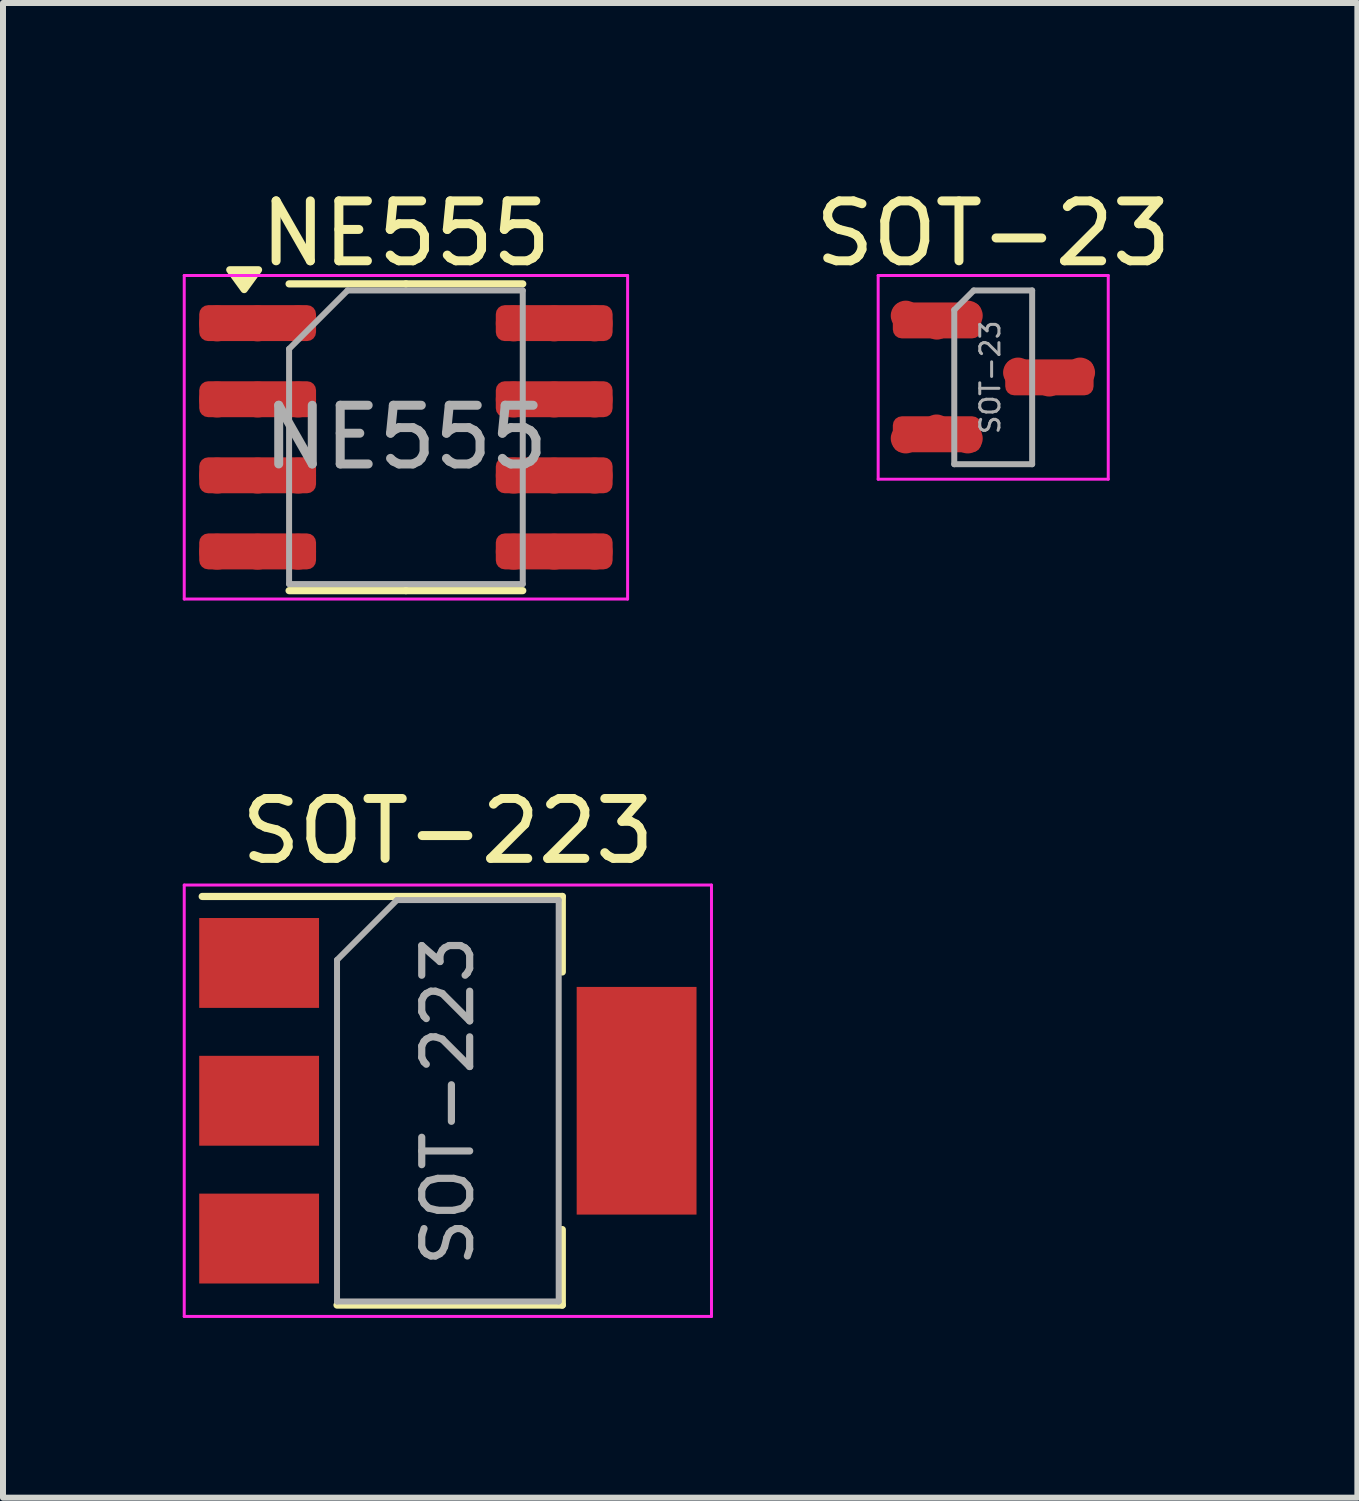
<source format=kicad_pcb>
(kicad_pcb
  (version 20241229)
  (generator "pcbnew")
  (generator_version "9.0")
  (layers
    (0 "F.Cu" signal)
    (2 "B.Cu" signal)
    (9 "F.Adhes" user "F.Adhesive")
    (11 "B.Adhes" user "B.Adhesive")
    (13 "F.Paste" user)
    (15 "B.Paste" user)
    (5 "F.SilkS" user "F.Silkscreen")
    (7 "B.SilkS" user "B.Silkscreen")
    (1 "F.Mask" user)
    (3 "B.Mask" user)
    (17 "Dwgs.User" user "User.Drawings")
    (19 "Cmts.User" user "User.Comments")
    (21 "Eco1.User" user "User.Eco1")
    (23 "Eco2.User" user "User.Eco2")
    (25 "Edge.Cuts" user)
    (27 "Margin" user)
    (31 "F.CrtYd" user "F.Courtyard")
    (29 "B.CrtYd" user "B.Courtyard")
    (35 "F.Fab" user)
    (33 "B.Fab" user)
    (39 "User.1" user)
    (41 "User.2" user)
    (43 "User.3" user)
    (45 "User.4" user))
  (footprint "SOT-223"
    (layer "F.Cu")
    (at 4.425 15.322)
    (property "Reference" "SOT-223" (at 0 -4.5 0) (layer "F.SilkS") (effects (font (size 1 1) (thickness 0.15))))
    (attr smd)
    (fp_line (start -4.1 -3.41) (end 1.91 -3.41) (stroke (width 0.12) (type solid)) (layer "F.SilkS"))
    (fp_line (start -1.85 3.41) (end 1.91 3.41) (stroke (width 0.12) (type solid)) (layer "F.SilkS"))
    (fp_line (start 1.91 -3.41) (end 1.91 -2.15) (stroke (width 0.12) (type solid)) (layer "F.SilkS"))
    (fp_line (start 1.91 3.41) (end 1.91 2.15) (stroke (width 0.12) (type solid)) (layer "F.SilkS"))
    (fp_line (start -4.4 -3.6) (end -4.4 3.6) (stroke (width 0.05) (type solid)) (layer "F.CrtYd"))
    (fp_line (start -4.4 3.6) (end 4.4 3.6) (stroke (width 0.05) (type solid)) (layer "F.CrtYd"))
    (fp_line (start 4.4 -3.6) (end -4.4 -3.6) (stroke (width 0.05) (type solid)) (layer "F.CrtYd"))
    (fp_line (start 4.4 3.6) (end 4.4 -3.6) (stroke (width 0.05) (type solid)) (layer "F.CrtYd"))
    (fp_line (start -1.85 -2.35) (end -1.85 3.35) (stroke (width 0.1) (type solid)) (layer "F.Fab"))
    (fp_line (start -1.85 -2.35) (end -0.85 -3.35) (stroke (width 0.1) (type solid)) (layer "F.Fab"))
    (fp_line (start -1.85 3.35) (end 1.85 3.35) (stroke (width 0.1) (type solid)) (layer "F.Fab"))
    (fp_line (start -0.85 -3.35) (end 1.85 -3.35) (stroke (width 0.1) (type solid)) (layer "F.Fab"))
    (fp_line (start 1.85 -3.35) (end 1.85 3.35) (stroke (width 0.1) (type solid)) (layer "F.Fab"))
    (fp_text user "${REFERENCE}" (at 0 0 90) (layer "F.Fab") (effects (font (size 0.8 0.8) (thickness 0.12))))
    (pad "1" smd rect (at -3.15 -2.3) (size 2 1.5) (layers "F.Cu" "F.Mask" "F.Paste"))
    (pad "2" smd rect (at -3.15 0) (size 2 1.5) (layers "F.Cu" "F.Mask" "F.Paste"))
    (pad "2" smd rect (at 3.15 0) (size 2 3.8) (layers "F.Cu" "F.Mask" "F.Paste"))
    (pad "3" smd rect (at -3.15 2.3) (size 2 1.5) (layers "F.Cu" "F.Mask" "F.Paste")))
  (footprint "SOT-23"
    (layer "F.Cu")
    (at 13.527 3.248)
    (property "Reference" "SOT-23" (at 0 -2.4 0) (layer "F.SilkS") (effects (font (size 1 1) (thickness 0.15))))
    (attr smd)
    (fp_line (start -1.92 -1.7) (end -1.92 1.7) (stroke (width 0.05) (type solid)) (layer "F.CrtYd"))
    (fp_line (start -1.92 1.7) (end 1.92 1.7) (stroke (width 0.05) (type solid)) (layer "F.CrtYd"))
    (fp_line (start 1.92 -1.7) (end -1.92 -1.7) (stroke (width 0.05) (type solid)) (layer "F.CrtYd"))
    (fp_line (start 1.92 1.7) (end 1.92 -1.7) (stroke (width 0.05) (type solid)) (layer "F.CrtYd"))
    (fp_line (start -0.65 -1.125) (end -0.325 -1.45) (stroke (width 0.1) (type solid)) (layer "F.Fab"))
    (fp_line (start -0.65 1.45) (end -0.65 -1.125) (stroke (width 0.1) (type solid)) (layer "F.Fab"))
    (fp_line (start -0.325 -1.45) (end 0.65 -1.45) (stroke (width 0.1) (type solid)) (layer "F.Fab"))
    (fp_line (start 0.65 -1.45) (end 0.65 1.45) (stroke (width 0.1) (type solid)) (layer "F.Fab"))
    (fp_line (start 0.65 1.45) (end -0.65 1.45) (stroke (width 0.1) (type solid)) (layer "F.Fab"))
    (fp_text user "${REFERENCE}" (at -0.05 0 90) (layer "F.Fab") (effects (font (size 0.32 0.32) (thickness 0.05))))
    (pad "1" smd roundrect (at -0.938 -0.95) (size 1.475 0.6) (layers "F.Cu" "F.Mask" "F.Paste") (roundrect_rratio 0.25))
    (pad "2" smd roundrect (at -0.938 0.95) (size 1.475 0.6) (layers "F.Cu" "F.Mask" "F.Paste") (roundrect_rratio 0.25))
    (pad "3" smd roundrect (at 0.938 0) (size 1.475 0.6) (layers "F.Cu" "F.Mask" "F.Paste") (roundrect_rratio 0.25))
    (pad "N" smd circle (at -1.46 -1.03) (size 0.5 0.5) (layers "F.Cu" "Eco2.User"))
    (pad "N" smd circle (at -1.46 1.02 180) (size 0.5 0.5) (layers "F.Cu" "Eco2.User"))
    (pad "N" smd circle (at -0.945 0.87 180) (size 0.5 0.5) (layers "F.Cu" "Eco2.User"))
    (pad "N" smd circle (at -0.94 -0.88) (size 0.5 0.5) (layers "F.Cu" "Eco2.User"))
    (pad "N" smd circle (at -0.425 -1.03) (size 0.5 0.5) (layers "F.Cu" "Eco2.User"))
    (pad "N" smd circle (at -0.425 1.02 180) (size 0.5 0.5) (layers "F.Cu" "Eco2.User"))
    (pad "N" smd circle (at 0.415 -0.08) (size 0.5 0.5) (layers "F.Cu" "Eco2.User"))
    (pad "N" smd circle (at 0.935 0.07) (size 0.5 0.5) (layers "F.Cu" "Eco2.User"))
    (pad "N" smd circle (at 1.45 -0.08) (size 0.5 0.5) (layers "F.Cu" "Eco2.User")))
  (footprint "NE555"
    (layer "F.Cu")
    (at 3.725 4.248)
    (property "Reference" "NE555" (at 0 -3.4 0) (layer "F.SilkS") (effects (font (size 1 1) (thickness 0.15))))
    (attr smd)
    (fp_line (start 0 -2.56) (end -1.95 -2.56) (stroke (width 0.12) (type solid)) (layer "F.SilkS"))
    (fp_line (start 0 -2.56) (end 1.95 -2.56) (stroke (width 0.12) (type solid)) (layer "F.SilkS"))
    (fp_line (start 0 2.56) (end -1.95 2.56) (stroke (width 0.12) (type solid)) (layer "F.SilkS"))
    (fp_line (start 0 2.56) (end 1.95 2.56) (stroke (width 0.12) (type solid)) (layer "F.SilkS"))
    (fp_poly (pts (xy -2.7 -2.465) (xy -2.94 -2.795) (xy -2.46 -2.795) (xy -2.7 -2.465)) (stroke (width 0.12) (type solid)) (fill yes) (layer "F.SilkS"))
    (fp_line (start -3.7 -2.7) (end -3.7 2.7) (stroke (width 0.05) (type solid)) (layer "F.CrtYd"))
    (fp_line (start -3.7 2.7) (end 3.7 2.7) (stroke (width 0.05) (type solid)) (layer "F.CrtYd"))
    (fp_line (start 3.7 -2.7) (end -3.7 -2.7) (stroke (width 0.05) (type solid)) (layer "F.CrtYd"))
    (fp_line (start 3.7 2.7) (end 3.7 -2.7) (stroke (width 0.05) (type solid)) (layer "F.CrtYd"))
    (fp_line (start -1.95 -1.475) (end -0.975 -2.45) (stroke (width 0.1) (type solid)) (layer "F.Fab"))
    (fp_line (start -1.95 2.45) (end -1.95 -1.475) (stroke (width 0.1) (type solid)) (layer "F.Fab"))
    (fp_line (start -0.975 -2.45) (end 1.95 -2.45) (stroke (width 0.1) (type solid)) (layer "F.Fab"))
    (fp_line (start 1.95 -2.45) (end 1.95 2.45) (stroke (width 0.1) (type solid)) (layer "F.Fab"))
    (fp_line (start 1.95 2.45) (end -1.95 2.45) (stroke (width 0.1) (type solid)) (layer "F.Fab"))
    (fp_text user "${REFERENCE}" (at 0 0 0) (layer "F.Fab") (effects (font (size 0.98 0.98) (thickness 0.15))))
    (pad "1" smd roundrect (at -2.475 -1.905) (size 1.95 0.6) (layers "F.Cu" "F.Mask" "F.Paste") (roundrect_rratio 0.25))
    (pad "2" smd roundrect (at -2.475 -0.635) (size 1.95 0.6) (layers "F.Cu" "F.Mask" "F.Paste") (roundrect_rratio 0.25))
    (pad "3" smd roundrect (at -2.475 0.635) (size 1.95 0.6) (layers "F.Cu" "F.Mask" "F.Paste") (roundrect_rratio 0.25))
    (pad "4" smd roundrect (at -2.475 1.905) (size 1.95 0.6) (layers "F.Cu" "F.Mask" "F.Paste") (roundrect_rratio 0.25))
    (pad "5" smd roundrect (at 2.475 1.905) (size 1.95 0.6) (layers "F.Cu" "F.Mask" "F.Paste") (roundrect_rratio 0.25))
    (pad "6" smd roundrect (at 2.475 0.635) (size 1.95 0.6) (layers "F.Cu" "F.Mask" "F.Paste") (roundrect_rratio 0.25))
    (pad "7" smd roundrect (at 2.475 -0.635) (size 1.95 0.6) (layers "F.Cu" "F.Mask" "F.Paste") (roundrect_rratio 0.25))
    (pad "8" smd roundrect (at 2.475 -1.905) (size 1.95 0.6) (layers "F.Cu" "F.Mask" "F.Paste") (roundrect_rratio 0.25))
    (pad "N" smd circle (at -3.15 -1.9) (size 0.6 0.6) (layers "F.Cu" "Eco2.User"))
    (pad "N" smd circle (at -3.15 -0.63) (size 0.6 0.6) (layers "F.Cu" "Eco2.User"))
    (pad "N" smd circle (at -3.15 0.64) (size 0.6 0.6) (layers "F.Cu" "Eco2.User"))
    (pad "N" smd circle (at -3.15 1.91) (size 0.6 0.6) (layers "F.Cu" "Eco2.User"))
    (pad "N" smd circle (at -2.475 -1.9) (size 0.6 0.6) (layers "F.Cu" "Eco2.User"))
    (pad "N" smd circle (at -2.475 -0.63) (size 0.6 0.6) (layers "F.Cu" "Eco2.User"))
    (pad "N" smd circle (at -2.475 0.64) (size 0.6 0.6) (layers "F.Cu" "Eco2.User"))
    (pad "N" smd circle (at -2.475 1.91) (size 0.6 0.6) (layers "F.Cu" "Eco2.User"))
    (pad "N" smd circle (at -1.8 -1.9) (size 0.6 0.6) (layers "F.Cu" "Eco2.User"))
    (pad "N" smd circle (at -1.8 -0.63) (size 0.6 0.6) (layers "F.Cu" "Eco2.User"))
    (pad "N" smd circle (at -1.8 0.64) (size 0.6 0.6) (layers "F.Cu" "Eco2.User"))
    (pad "N" smd circle (at -1.8 1.91) (size 0.6 0.6) (layers "F.Cu" "Eco2.User"))
    (pad "N" smd circle (at 1.8 -1.9) (size 0.6 0.6) (layers "F.Cu" "Eco2.User"))
    (pad "N" smd circle (at 1.8 -0.63) (size 0.6 0.6) (layers "F.Cu" "Eco2.User"))
    (pad "N" smd circle (at 1.8 0.64) (size 0.6 0.6) (layers "F.Cu" "Eco2.User"))
    (pad "N" smd circle (at 1.8 1.91) (size 0.6 0.6) (layers "F.Cu" "Eco2.User"))
    (pad "N" smd circle (at 2.475 -1.9) (size 0.6 0.6) (layers "F.Cu" "Eco2.User"))
    (pad "N" smd circle (at 2.475 -0.63) (size 0.6 0.6) (layers "F.Cu" "Eco2.User"))
    (pad "N" smd circle (at 2.475 0.64) (size 0.6 0.6) (layers "F.Cu" "Eco2.User"))
    (pad "N" smd circle (at 2.475 1.91) (size 0.6 0.6) (layers "F.Cu" "Eco2.User"))
    (pad "N" smd circle (at 3.15 -1.9) (size 0.6 0.6) (layers "F.Cu" "Eco2.User"))
    (pad "N" smd circle (at 3.15 -0.63) (size 0.6 0.6) (layers "F.Cu" "Eco2.User"))
    (pad "N" smd circle (at 3.15 0.64) (size 0.6 0.6) (layers "F.Cu" "Eco2.User"))
    (pad "N" smd circle (at 3.15 1.91) (size 0.6 0.6) (layers "F.Cu" "Eco2.User")))
  (gr_rect
    (start -3 -3)
    (end 19.605 21.947)
    (stroke (width 0.1) (type default))
    (fill no)
    (layer "Edge.Cuts")))
</source>
